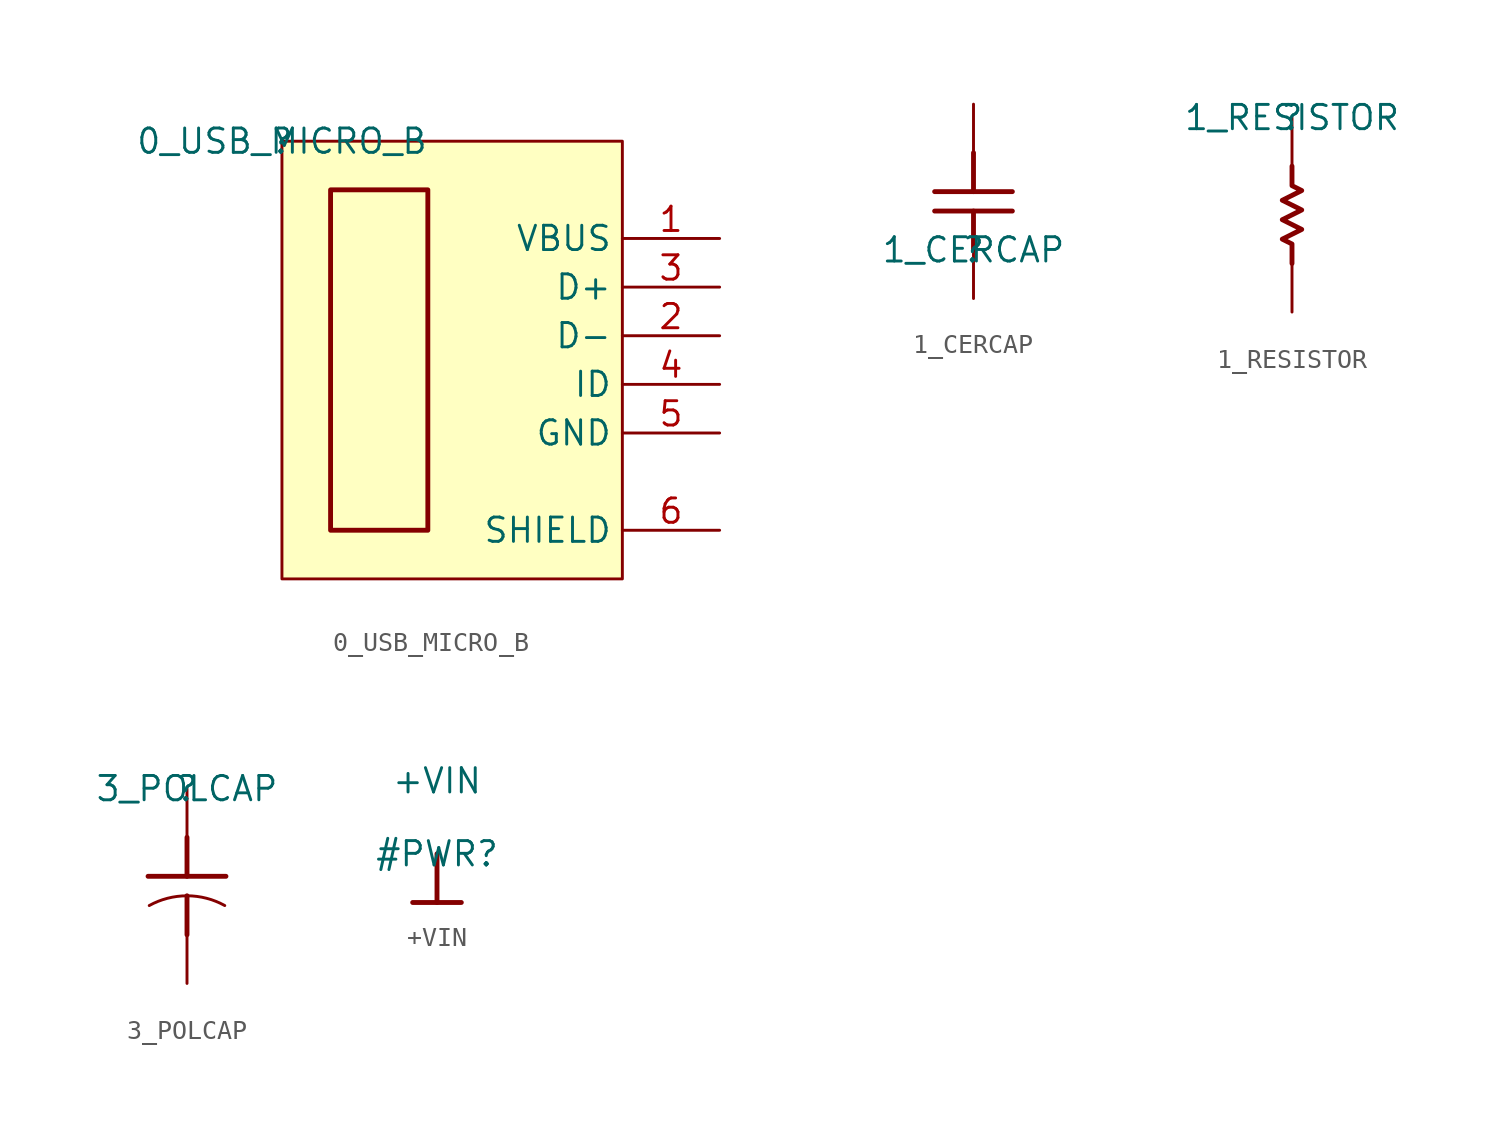
<source format=kicad_sym>
(kicad_symbol_lib
  (version 20210619)
  (generator kicad_symbol_editor)
  (symbol "OSD19001_USB-altium-import:0_USB_MICRO_B"
    (property "Reference" ""
      (at 0 0 0)
      (effects (font (size 1.27 1.27))))
    (property "Value" "0_USB_MICRO_B"
      (at 0 0 0)
      (effects (font (size 1.27 1.27))))
    (symbol "0_USB_MICRO_B_1_0"
      (rectangle (start 17.78 0) (end 0 -22.86) (stroke (width 0)) (fill (type background)))
      (polyline (pts (xy 7.62 -2.54) (xy 7.62 -20.32) (xy 2.54 -20.32) (xy 2.54 -2.54) (xy 7.62 -2.54)) (stroke (width 0.254)) (fill (type none)))
      (pin passive line (at 22.86 -5.08 180) (length 5.08) (name "VBUS" (effects (font (size 1.27 1.27)))) (number "1" (effects (font (size 1.27 1.27)))))
      (pin passive line (at 22.86 -10.16 180) (length 5.08) (name "D-" (effects (font (size 1.27 1.27)))) (number "2" (effects (font (size 1.27 1.27)))))
      (pin passive line (at 22.86 -7.62 180) (length 5.08) (name "D+" (effects (font (size 1.27 1.27)))) (number "3" (effects (font (size 1.27 1.27)))))
      (pin passive line (at 22.86 -12.7 180) (length 5.08) (name "ID" (effects (font (size 1.27 1.27)))) (number "4" (effects (font (size 1.27 1.27)))))
      (pin passive line (at 22.86 -15.24 180) (length 5.08) (name "GND" (effects (font (size 1.27 1.27)))) (number "5" (effects (font (size 1.27 1.27)))))
      (pin passive line (at 22.86 -20.32 180) (length 5.08) (name "SHIELD" (effects (font (size 1.27 1.27)))) (number "6" (effects (font (size 1.27 1.27)))))))
  (symbol "OSD19001_USB-altium-import:1_CERCAP"
    (property "Reference" ""
      (at 0 0 0)
      (effects (font (size 1.27 1.27))))
    (property "Value" "1_CERCAP"
      (at 0 0 0)
      (effects (font (size 1.27 1.27))))
    (symbol "1_CERCAP_1_0"
      (polyline (pts (xy 0 5.08) (xy 0 3.048)) (stroke (width 0.254)) (fill (type none)))
      (polyline (pts (xy -2.032 3.048) (xy 2.032 3.048)) (stroke (width 0.254)) (fill (type none)))
      (polyline (pts (xy 0 0) (xy 0 2.032)) (stroke (width 0.254)) (fill (type none)))
      (polyline (pts (xy 2.032 2.032) (xy -2.032 2.032)) (stroke (width 0.254)) (fill (type none)))
      (pin passive line (at 0 -2.54 90) (length 2.54) (name "1" (effects (font (size 0 0)))) (number "1" (effects (font (size 0 0)))))
      (pin passive line (at 0 7.62 270) (length 2.54) (name "2" (effects (font (size 0 0)))) (number "2" (effects (font (size 0 0)))))))
  (symbol "OSD19001_USB-altium-import:1_RESISTOR"
    (property "Reference" ""
      (at 0 0 0)
      (effects (font (size 1.27 1.27))))
    (property "Value" "1_RESISTOR"
      (at 0 0 0)
      (effects (font (size 1.27 1.27))))
    (symbol "1_RESISTOR_1_0"
      (polyline (pts (xy 0 -2.54) (xy 0 -3.556) (xy 0.508 -3.81) (xy -0.508 -4.318) (xy 0.508 -4.826) (xy -0.508 -5.334) (xy 0.508 -5.842) (xy -0.508 -6.35) (xy 0 -6.604) (xy 0 -7.62)) (stroke (width 0.254)) (fill (type none)))
      (pin passive line (at 0 -10.16 90) (length 2.54) (name "1" (effects (font (size 0 0)))) (number "1" (effects (font (size 0 0)))))
      (pin passive line (at 0 0 270) (length 2.54) (name "2" (effects (font (size 0 0)))) (number "2" (effects (font (size 0 0)))))))
  (symbol "OSD19001_USB-altium-import:3_POLCAP"
    (property "Reference" ""
      (at 0 0 0)
      (effects (font (size 1.27 1.27))))
    (property "Value" "3_POLCAP"
      (at 0 0 0)
      (effects (font (size 1.27 1.27))))
    (symbol "3_POLCAP_1_0"
      (arc (start 1.9703 -6.0975) (end 0 -5.588) (radius (at 0 -9.652) (length 4.064) (angles 61 90)) (stroke (width 0)) (fill (type none)))
      (arc (start 0 -5.588) (end -1.9703 -6.0975) (radius (at 0 -9.652) (length 4.064) (angles 90 119)) (stroke (width 0)) (fill (type none)))
      (polyline (pts (xy 0 -5.588) (xy 0 -7.62)) (stroke (width 0.254)) (fill (type none)))
      (polyline (pts (xy -2.032 -4.572) (xy 2.032 -4.572)) (stroke (width 0.254)) (fill (type none)))
      (polyline (pts (xy 0 -4.572) (xy 0 -2.54)) (stroke (width 0.254)) (fill (type none)))
      (pin passive line (at 0 0 270) (length 2.54) (name "1" (effects (font (size 0 0)))) (number "1" (effects (font (size 0 0)))))
      (pin passive line (at 0 -10.16 90) (length 2.54) (name "2" (effects (font (size 0 0)))) (number "2" (effects (font (size 0 0)))))))
  (symbol "OSD19001_USB-altium-import:+VIN"
    (power)
    (property "Reference" "#PWR"
      (at 0 0 0)
      (effects (font (size 1.27 1.27))))
    (property "Value" "+VIN"
      (at 0 3.81 0)
      (effects (font (size 1.27 1.27))))
    (symbol "+VIN_0_0"
      (polyline (pts (xy -1.27 -2.54) (xy 1.27 -2.54)) (stroke (width 0.254)) (fill (type none)))
      (polyline (pts (xy 0 0) (xy 0 -2.54)) (stroke (width 0.254)) (fill (type none)))
      (pin power_in line (at 0 0 0) (length 0) hide (name "+VIN" (effects (font (size 1.27 1.27)))) (number "" (effects (font (size 1.27 1.27))))))))
</source>
